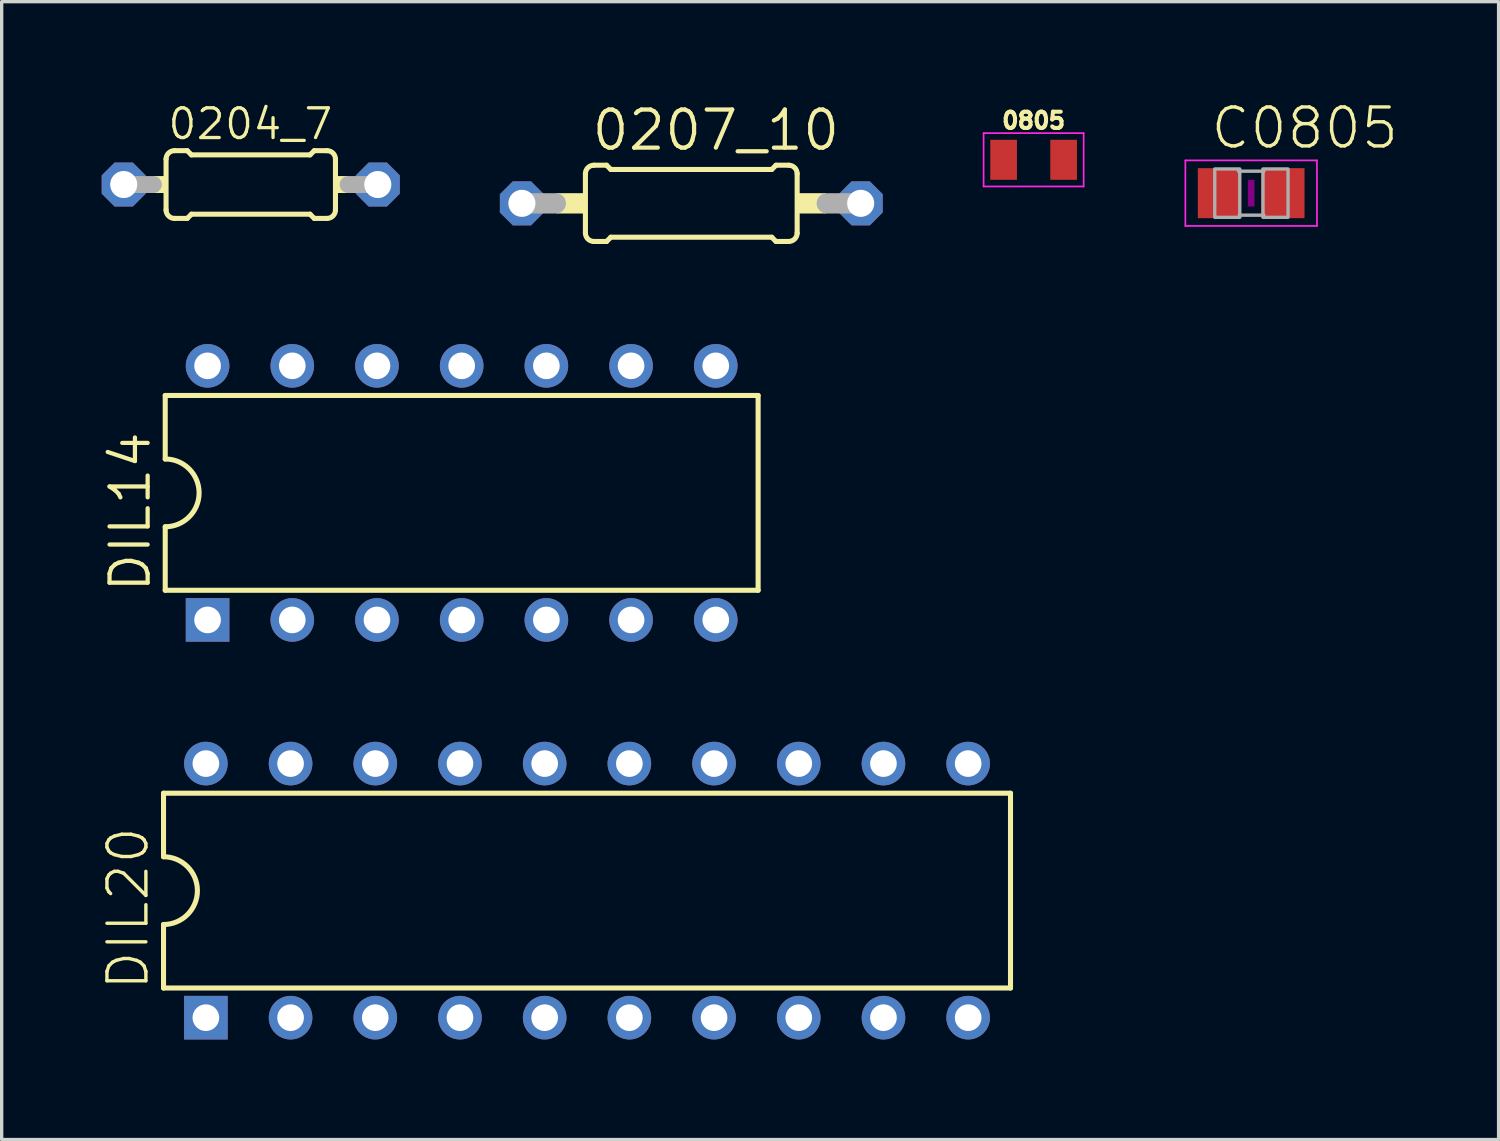
<source format=kicad_pcb>
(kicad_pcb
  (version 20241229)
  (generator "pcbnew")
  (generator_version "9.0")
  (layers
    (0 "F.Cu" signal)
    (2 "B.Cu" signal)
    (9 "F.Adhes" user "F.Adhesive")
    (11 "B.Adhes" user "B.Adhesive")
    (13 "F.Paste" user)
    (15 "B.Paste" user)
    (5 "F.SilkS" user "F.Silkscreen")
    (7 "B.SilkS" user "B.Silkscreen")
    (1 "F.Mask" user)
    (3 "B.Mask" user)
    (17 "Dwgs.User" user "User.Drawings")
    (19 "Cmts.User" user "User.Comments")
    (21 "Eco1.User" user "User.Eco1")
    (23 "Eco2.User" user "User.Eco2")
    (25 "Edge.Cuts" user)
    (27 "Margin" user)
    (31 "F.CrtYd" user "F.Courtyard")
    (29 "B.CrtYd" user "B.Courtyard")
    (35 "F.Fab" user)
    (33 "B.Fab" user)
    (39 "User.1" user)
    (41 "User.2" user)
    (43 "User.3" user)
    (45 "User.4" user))
  (footprint "0805"
    (layer "F.Cu")
    (at 27.947 1.742)
    (property "Reference" "0805" (at 0 -0.889 0) (layer "F.SilkS") (effects (font (size 0.488 0.488) (thickness 0.122)) (justify bottom)))
    (fp_line (start -1.5 -0.8) (end 1.5 -0.8) (stroke (width 0.051) (type solid)) (layer "F.CrtYd"))
    (fp_line (start -1.5 0.8) (end -1.5 -0.8) (stroke (width 0.051) (type solid)) (layer "F.CrtYd"))
    (fp_line (start 1.5 -0.8) (end 1.5 0.8) (stroke (width 0.051) (type solid)) (layer "F.CrtYd"))
    (fp_line (start 1.5 0.8) (end -1.5 0.8) (stroke (width 0.051) (type solid)) (layer "F.CrtYd"))
    (pad "1" smd rect (at -0.9 0) (size 0.8 1.2) (layers "F.Cu" "F.Mask" "F.Paste"))
    (pad "2" smd rect (at 0.9 0) (size 0.8 1.2) (layers "F.Cu" "F.Mask" "F.Paste")))
  (footprint "C0805"
    (layer "F.Cu")
    (at 34.471 2.743)
    (property "Reference" "C0805" (at -1.27 -1.27 0) (layer "F.SilkS") (effects (font (size 1.168 1.168) (thickness 0.102)) (justify left bottom)))
    (fp_poly (pts (xy -0.1 0.4) (xy 0.1 0.4) (xy 0.1 -0.4) (xy -0.1 -0.4)) (stroke (width 0) (type default)) (fill yes) (layer "F.Adhes"))
    (fp_line (start -1.973 -0.983) (end 1.973 -0.983) (stroke (width 0.051) (type solid)) (layer "F.CrtYd"))
    (fp_line (start -1.973 0.983) (end -1.973 -0.983) (stroke (width 0.051) (type solid)) (layer "F.CrtYd"))
    (fp_line (start 1.973 -0.983) (end 1.973 0.983) (stroke (width 0.051) (type solid)) (layer "F.CrtYd"))
    (fp_line (start 1.973 0.983) (end -1.973 0.983) (stroke (width 0.051) (type solid)) (layer "F.CrtYd"))
    (fp_line (start -0.381 -0.66) (end 0.381 -0.66) (stroke (width 0.102) (type solid)) (layer "F.Fab"))
    (fp_line (start -0.356 0.66) (end 0.381 0.66) (stroke (width 0.102) (type solid)) (layer "F.Fab"))
    (fp_poly (pts (xy -1.092 0.724) (xy -0.342 0.724) (xy -0.342 -0.726) (xy -1.092 -0.726)) (stroke (width 0.1) (type default)) (fill no) (layer "F.Fab"))
    (fp_poly (pts (xy 0.356 0.724) (xy 1.106 0.724) (xy 1.106 -0.726) (xy 0.356 -0.726)) (stroke (width 0.1) (type default)) (fill no) (layer "F.Fab"))
    (pad "1" smd rect (at -0.95 0) (size 1.3 1.5) (layers "F.Cu" "F.Mask" "F.Paste"))
    (pad "2" smd rect (at 0.95 0) (size 1.3 1.5) (layers "F.Cu" "F.Mask" "F.Paste")))
  (footprint "DIL20"
    (layer "F.Cu")
    (at 14.554 23.659)
    (property "Reference" "DIL20" (at -13.081 3.048 90) (layer "F.SilkS") (effects (font (size 1.168 1.168) (thickness 0.102)) (justify left bottom)))
    (fp_line (start -12.7 -2.921) (end -12.7 -1.016) (stroke (width 0.152) (type solid)) (layer "F.SilkS"))
    (fp_line (start -12.7 2.921) (end -12.7 1.016) (stroke (width 0.152) (type solid)) (layer "F.SilkS"))
    (fp_line (start -12.7 2.921) (end 12.7 2.921) (stroke (width 0.152) (type solid)) (layer "F.SilkS"))
    (fp_line (start 12.7 -2.921) (end -12.7 -2.921) (stroke (width 0.152) (type solid)) (layer "F.SilkS"))
    (fp_line (start 12.7 -2.921) (end 12.7 2.921) (stroke (width 0.152) (type solid)) (layer "F.SilkS"))
    (fp_arc (start -12.7 -1.016) (mid -11.684 0) (end -12.7 1.016) (stroke (width 0.1524) (type solid)) (layer "F.SilkS"))
    (pad "1" thru_hole rect (at -11.43 3.81 90) (size 1.308 1.308) (drill 0.8) (layers "*.Cu" "*.Mask"))
    (pad "2" thru_hole circle (at -8.89 3.81 90) (size 1.308 1.308) (drill 0.8) (layers "*.Cu" "*.Mask"))
    (pad "3" thru_hole circle (at -6.35 3.81 90) (size 1.308 1.308) (drill 0.8) (layers "*.Cu" "*.Mask"))
    (pad "4" thru_hole circle (at -3.81 3.81 90) (size 1.308 1.308) (drill 0.8) (layers "*.Cu" "*.Mask"))
    (pad "5" thru_hole circle (at -1.27 3.81 90) (size 1.308 1.308) (drill 0.8) (layers "*.Cu" "*.Mask"))
    (pad "6" thru_hole circle (at 1.27 3.81 90) (size 1.308 1.308) (drill 0.8) (layers "*.Cu" "*.Mask"))
    (pad "7" thru_hole circle (at 3.81 3.81 90) (size 1.308 1.308) (drill 0.8) (layers "*.Cu" "*.Mask"))
    (pad "8" thru_hole circle (at 6.35 3.81 90) (size 1.308 1.308) (drill 0.8) (layers "*.Cu" "*.Mask"))
    (pad "9" thru_hole circle (at 8.89 3.81 90) (size 1.308 1.308) (drill 0.8) (layers "*.Cu" "*.Mask"))
    (pad "10" thru_hole circle (at 11.43 3.81 90) (size 1.308 1.308) (drill 0.8) (layers "*.Cu" "*.Mask"))
    (pad "11" thru_hole circle (at 11.43 -3.81 90) (size 1.308 1.308) (drill 0.8) (layers "*.Cu" "*.Mask"))
    (pad "12" thru_hole circle (at 8.89 -3.81 90) (size 1.308 1.308) (drill 0.8) (layers "*.Cu" "*.Mask"))
    (pad "13" thru_hole circle (at 6.35 -3.81 90) (size 1.308 1.308) (drill 0.8) (layers "*.Cu" "*.Mask"))
    (pad "14" thru_hole circle (at 3.81 -3.81 90) (size 1.308 1.308) (drill 0.8) (layers "*.Cu" "*.Mask"))
    (pad "15" thru_hole circle (at 1.27 -3.81 90) (size 1.308 1.308) (drill 0.8) (layers "*.Cu" "*.Mask"))
    (pad "16" thru_hole circle (at -1.27 -3.81 90) (size 1.308 1.308) (drill 0.8) (layers "*.Cu" "*.Mask"))
    (pad "17" thru_hole circle (at -3.81 -3.81 90) (size 1.308 1.308) (drill 0.8) (layers "*.Cu" "*.Mask"))
    (pad "18" thru_hole circle (at -6.35 -3.81 90) (size 1.308 1.308) (drill 0.8) (layers "*.Cu" "*.Mask"))
    (pad "19" thru_hole circle (at -8.89 -3.81 90) (size 1.308 1.308) (drill 0.8) (layers "*.Cu" "*.Mask"))
    (pad "20" thru_hole circle (at -11.43 -3.81 90) (size 1.308 1.308) (drill 0.8) (layers "*.Cu" "*.Mask")))
  (footprint "0204_7"
    (layer "F.Cu")
    (at 4.47 2.484)
    (property "Reference" "0204_7" (at -2.54 -1.295 0) (layer "F.SilkS") (effects (font (size 0.892 0.892) (thickness 0.099)) (justify left bottom)))
    (fp_line (start -2.54 0.762) (end -2.54 -0.762) (stroke (width 0.152) (type solid)) (layer "F.SilkS"))
    (fp_line (start -2.286 -1.016) (end -1.905 -1.016) (stroke (width 0.152) (type solid)) (layer "F.SilkS"))
    (fp_line (start -2.286 1.016) (end -1.905 1.016) (stroke (width 0.152) (type solid)) (layer "F.SilkS"))
    (fp_line (start -1.778 -0.889) (end -1.905 -1.016) (stroke (width 0.152) (type solid)) (layer "F.SilkS"))
    (fp_line (start -1.778 0.889) (end -1.905 1.016) (stroke (width 0.152) (type solid)) (layer "F.SilkS"))
    (fp_line (start 1.778 -0.889) (end -1.778 -0.889) (stroke (width 0.152) (type solid)) (layer "F.SilkS"))
    (fp_line (start 1.778 -0.889) (end 1.905 -1.016) (stroke (width 0.152) (type solid)) (layer "F.SilkS"))
    (fp_line (start 1.778 0.889) (end -1.778 0.889) (stroke (width 0.152) (type solid)) (layer "F.SilkS"))
    (fp_line (start 1.778 0.889) (end 1.905 1.016) (stroke (width 0.152) (type solid)) (layer "F.SilkS"))
    (fp_line (start 2.286 -1.016) (end 1.905 -1.016) (stroke (width 0.152) (type solid)) (layer "F.SilkS"))
    (fp_line (start 2.286 1.016) (end 1.905 1.016) (stroke (width 0.152) (type solid)) (layer "F.SilkS"))
    (fp_line (start 2.54 0.762) (end 2.54 -0.762) (stroke (width 0.152) (type solid)) (layer "F.SilkS"))
    (fp_arc (start -2.54 -0.762) (mid -2.465605 -0.941605) (end -2.286 -1.016) (stroke (width 0.1524) (type solid)) (layer "F.SilkS"))
    (fp_arc (start -2.286 1.016) (mid -2.465605 0.941605) (end -2.54 0.762) (stroke (width 0.1524) (type solid)) (layer "F.SilkS"))
    (fp_arc (start 2.286 -1.016) (mid 2.465605 -0.941605) (end 2.54 -0.762) (stroke (width 0.1524) (type solid)) (layer "F.SilkS"))
    (fp_arc (start 2.54 0.762) (mid 2.465605 0.941605) (end 2.286 1.016) (stroke (width 0.1524) (type solid)) (layer "F.SilkS"))
    (fp_poly (pts (xy -2.921 0.254) (xy -2.54 0.254) (xy -2.54 -0.254) (xy -2.921 -0.254)) (stroke (width 0) (type default)) (fill yes) (layer "F.SilkS"))
    (fp_poly (pts (xy 2.54 0.254) (xy 2.921 0.254) (xy 2.921 -0.254) (xy 2.54 -0.254)) (stroke (width 0) (type default)) (fill yes) (layer "F.SilkS"))
    (fp_line (start -3.81 0) (end -2.921 0) (stroke (width 0.508) (type solid)) (layer "F.Fab"))
    (fp_line (start 3.81 0) (end 2.921 0) (stroke (width 0.508) (type solid)) (layer "F.Fab"))
    (pad "1" thru_hole roundrect (at -3.81 0) (size 1.321 1.321) (drill 0.813) (layers "*.Cu" "*.Mask") (roundrect_rratio 0.25) (chamfer_ratio 0.293) (chamfer top_left top_right bottom_left bottom_right))
    (pad "2" thru_hole roundrect (at 3.81 0) (size 1.321 1.321) (drill 0.813) (layers "*.Cu" "*.Mask") (roundrect_rratio 0.25) (chamfer_ratio 0.293) (chamfer top_left top_right bottom_left bottom_right)))
  (footprint "DIL14"
    (layer "F.Cu")
    (at 10.795 11.731)
    (property "Reference" "DIL14" (at -9.271 3.048 90) (layer "F.SilkS") (effects (font (size 1.143 1.143) (thickness 0.127)) (justify left bottom)))
    (fp_line (start -8.89 -2.921) (end -8.89 -1.016) (stroke (width 0.152) (type solid)) (layer "F.SilkS"))
    (fp_line (start -8.89 2.921) (end -8.89 1.016) (stroke (width 0.152) (type solid)) (layer "F.SilkS"))
    (fp_line (start -8.89 2.921) (end 8.89 2.921) (stroke (width 0.152) (type solid)) (layer "F.SilkS"))
    (fp_line (start 8.89 -2.921) (end -8.89 -2.921) (stroke (width 0.152) (type solid)) (layer "F.SilkS"))
    (fp_line (start 8.89 -2.921) (end 8.89 2.921) (stroke (width 0.152) (type solid)) (layer "F.SilkS"))
    (fp_arc (start -8.89 -1.016) (mid -7.874 0) (end -8.89 1.016) (stroke (width 0.1524) (type solid)) (layer "F.SilkS"))
    (pad "1" thru_hole rect (at -7.62 3.81 90) (size 1.308 1.308) (drill 0.8) (layers "*.Cu" "*.Mask"))
    (pad "2" thru_hole circle (at -5.08 3.81 90) (size 1.308 1.308) (drill 0.8) (layers "*.Cu" "*.Mask"))
    (pad "3" thru_hole circle (at -2.54 3.81 90) (size 1.308 1.308) (drill 0.8) (layers "*.Cu" "*.Mask"))
    (pad "4" thru_hole circle (at 0 3.81 90) (size 1.308 1.308) (drill 0.8) (layers "*.Cu" "*.Mask"))
    (pad "5" thru_hole circle (at 2.54 3.81 90) (size 1.308 1.308) (drill 0.8) (layers "*.Cu" "*.Mask"))
    (pad "6" thru_hole circle (at 5.08 3.81 90) (size 1.308 1.308) (drill 0.8) (layers "*.Cu" "*.Mask"))
    (pad "7" thru_hole circle (at 7.62 3.81 90) (size 1.308 1.308) (drill 0.8) (layers "*.Cu" "*.Mask"))
    (pad "8" thru_hole circle (at 7.62 -3.81 90) (size 1.308 1.308) (drill 0.8) (layers "*.Cu" "*.Mask"))
    (pad "9" thru_hole circle (at 5.08 -3.81 90) (size 1.308 1.308) (drill 0.8) (layers "*.Cu" "*.Mask"))
    (pad "10" thru_hole circle (at 2.54 -3.81 90) (size 1.308 1.308) (drill 0.8) (layers "*.Cu" "*.Mask"))
    (pad "11" thru_hole circle (at 0 -3.81 90) (size 1.308 1.308) (drill 0.8) (layers "*.Cu" "*.Mask"))
    (pad "12" thru_hole circle (at -2.54 -3.81 90) (size 1.308 1.308) (drill 0.8) (layers "*.Cu" "*.Mask"))
    (pad "13" thru_hole circle (at -5.08 -3.81 90) (size 1.308 1.308) (drill 0.8) (layers "*.Cu" "*.Mask"))
    (pad "14" thru_hole circle (at -7.62 -3.81 90) (size 1.308 1.308) (drill 0.8) (layers "*.Cu" "*.Mask")))
  (footprint "0207_10"
    (layer "F.Cu")
    (at 17.681 3.048)
    (property "Reference" "0207_10" (at -3.048 -1.524 0) (layer "F.SilkS") (effects (font (size 1.143 1.143) (thickness 0.127)) (justify left bottom)))
    (fp_line (start -3.175 0.889) (end -3.175 -0.889) (stroke (width 0.152) (type solid)) (layer "F.SilkS"))
    (fp_line (start -2.921 -1.143) (end -2.54 -1.143) (stroke (width 0.152) (type solid)) (layer "F.SilkS"))
    (fp_line (start -2.921 1.143) (end -2.54 1.143) (stroke (width 0.152) (type solid)) (layer "F.SilkS"))
    (fp_line (start -2.413 -1.016) (end -2.54 -1.143) (stroke (width 0.152) (type solid)) (layer "F.SilkS"))
    (fp_line (start -2.413 1.016) (end -2.54 1.143) (stroke (width 0.152) (type solid)) (layer "F.SilkS"))
    (fp_line (start 2.413 -1.016) (end -2.413 -1.016) (stroke (width 0.152) (type solid)) (layer "F.SilkS"))
    (fp_line (start 2.413 -1.016) (end 2.54 -1.143) (stroke (width 0.152) (type solid)) (layer "F.SilkS"))
    (fp_line (start 2.413 1.016) (end -2.413 1.016) (stroke (width 0.152) (type solid)) (layer "F.SilkS"))
    (fp_line (start 2.413 1.016) (end 2.54 1.143) (stroke (width 0.152) (type solid)) (layer "F.SilkS"))
    (fp_line (start 2.921 -1.143) (end 2.54 -1.143) (stroke (width 0.152) (type solid)) (layer "F.SilkS"))
    (fp_line (start 2.921 1.143) (end 2.54 1.143) (stroke (width 0.152) (type solid)) (layer "F.SilkS"))
    (fp_line (start 3.175 0.889) (end 3.175 -0.889) (stroke (width 0.152) (type solid)) (layer "F.SilkS"))
    (fp_arc (start -3.175 -0.889) (mid -3.100605 -1.068605) (end -2.921 -1.143) (stroke (width 0.1524) (type solid)) (layer "F.SilkS"))
    (fp_arc (start -2.921 1.143) (mid -3.100605 1.068605) (end -3.175 0.889) (stroke (width 0.1524) (type solid)) (layer "F.SilkS"))
    (fp_arc (start 2.921 -1.143) (mid 3.100605 -1.068605) (end 3.175 -0.889) (stroke (width 0.1524) (type solid)) (layer "F.SilkS"))
    (fp_arc (start 3.175 0.889) (mid 3.100605 1.068605) (end 2.921 1.143) (stroke (width 0.1524) (type solid)) (layer "F.SilkS"))
    (fp_poly (pts (xy -4.039 0.305) (xy -3.175 0.305) (xy -3.175 -0.305) (xy -4.039 -0.305)) (stroke (width 0) (type default)) (fill yes) (layer "F.SilkS"))
    (fp_poly (pts (xy 3.175 0.305) (xy 4.039 0.305) (xy 4.039 -0.305) (xy 3.175 -0.305)) (stroke (width 0) (type default)) (fill yes) (layer "F.SilkS"))
    (fp_line (start -5.08 0) (end -4.064 0) (stroke (width 0.61) (type solid)) (layer "F.Fab"))
    (fp_line (start 5.08 0) (end 4.064 0) (stroke (width 0.61) (type solid)) (layer "F.Fab"))
    (pad "1" thru_hole roundrect (at -5.08 0) (size 1.321 1.321) (drill 0.813) (layers "*.Cu" "*.Mask") (roundrect_rratio 0.25) (chamfer_ratio 0.293) (chamfer top_left top_right bottom_left bottom_right))
    (pad "2" thru_hole roundrect (at 5.08 0) (size 1.321 1.321) (drill 0.813) (layers "*.Cu" "*.Mask") (roundrect_rratio 0.25) (chamfer_ratio 0.293) (chamfer top_left top_right bottom_left bottom_right)))
  (gr_rect
    (start -3 -3)
    (end 41.891 31.123)
    (stroke (width 0.1) (type default))
    (fill no)
    (layer "Edge.Cuts")))
</source>
